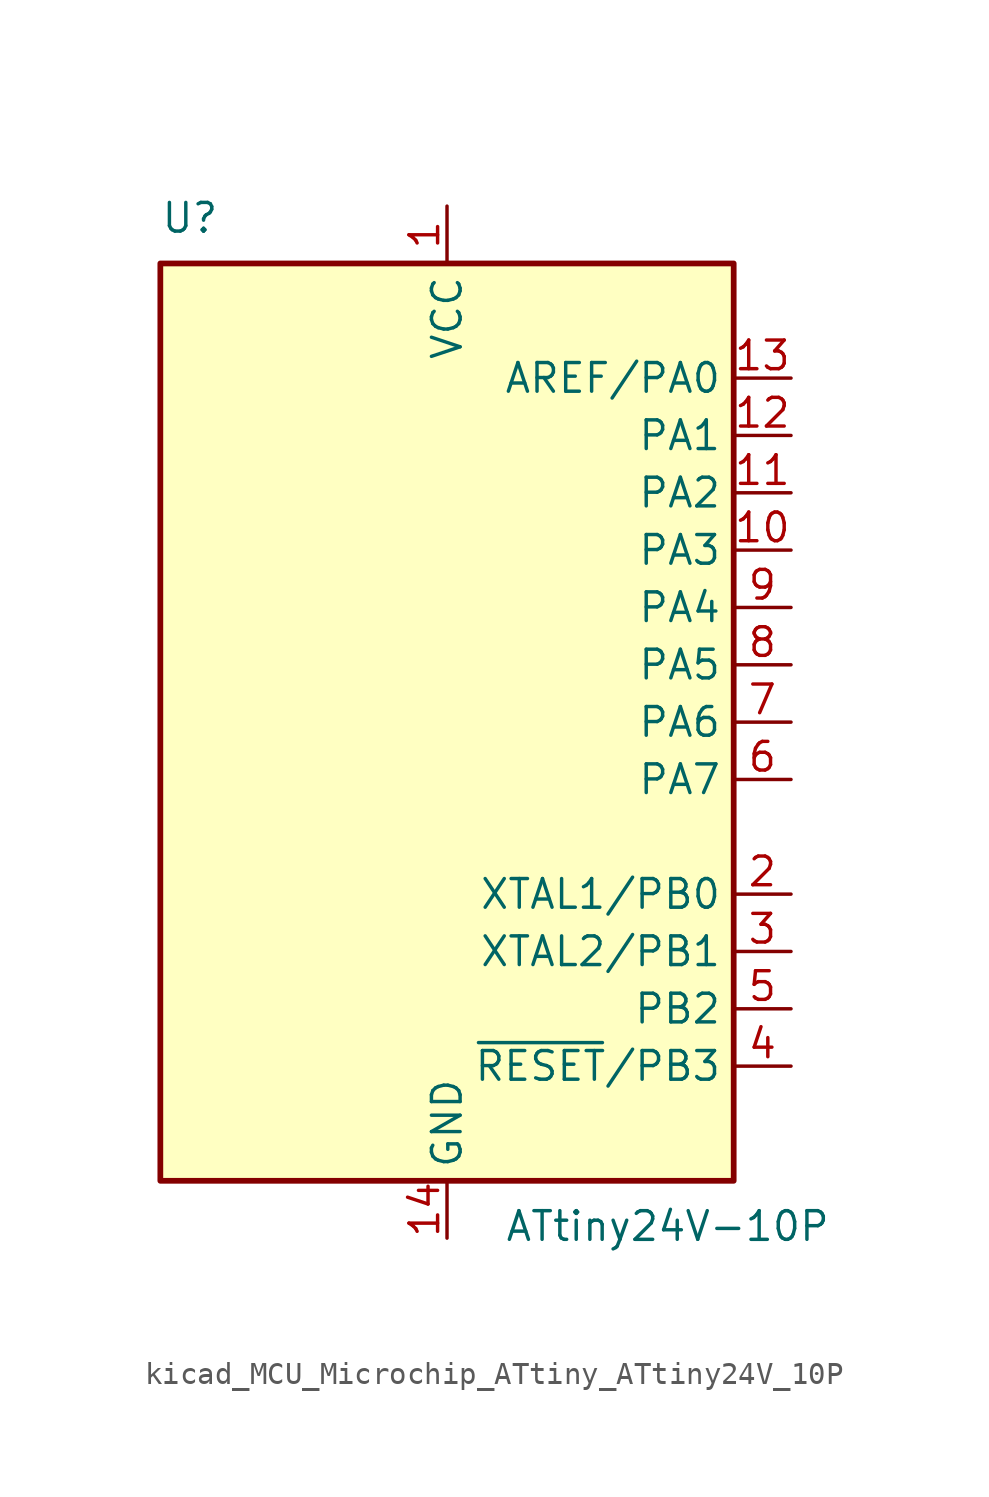
<source format=kicad_sym>
(kicad_symbol_lib
  (version 20220914)
  (generator kicad_symbol_editor)
  (symbol "kicad_MCU_Microchip_ATtiny_ATtiny24V_10P"
    (property "Reference" "U"
      (at -12.7 21.59 0)
      (effects (font (size 1.27 1.27)) (justify left bottom)))
    (property "Value" "ATtiny24V-10P"
      (at 2.54 -21.59 0)
      (effects (font (size 1.27 1.27)) (justify left top)))
    (symbol "kicad_MCU_Microchip_ATtiny_ATtiny24V_10P_0_1"
      (rectangle (start -12.7 -20.32) (end 12.7 20.32) (stroke (width 0.254) (type default)) (fill (type background))))
    (symbol "kicad_MCU_Microchip_ATtiny_ATtiny24V_10P_1_1"
      (pin power_in line (at 0 22.86 270) (length 2.54) (name "VCC" (effects (font (size 1.27 1.27)))) (number "1" (effects (font (size 1.27 1.27)))))
      (pin bidirectional line (at 15.24 7.62 180) (length 2.54) (name "PA3" (effects (font (size 1.27 1.27)))) (number "10" (effects (font (size 1.27 1.27)))))
      (pin bidirectional line (at 15.24 10.16 180) (length 2.54) (name "PA2" (effects (font (size 1.27 1.27)))) (number "11" (effects (font (size 1.27 1.27)))))
      (pin bidirectional line (at 15.24 12.7 180) (length 2.54) (name "PA1" (effects (font (size 1.27 1.27)))) (number "12" (effects (font (size 1.27 1.27)))))
      (pin bidirectional line (at 15.24 15.24 180) (length 2.54) (name "AREF/PA0" (effects (font (size 1.27 1.27)))) (number "13" (effects (font (size 1.27 1.27)))))
      (pin power_in line (at 0 -22.86 90) (length 2.54) (name "GND" (effects (font (size 1.27 1.27)))) (number "14" (effects (font (size 1.27 1.27)))))
      (pin bidirectional line (at 15.24 -7.62 180) (length 2.54) (name "XTAL1/PB0" (effects (font (size 1.27 1.27)))) (number "2" (effects (font (size 1.27 1.27)))))
      (pin bidirectional line (at 15.24 -10.16 180) (length 2.54) (name "XTAL2/PB1" (effects (font (size 1.27 1.27)))) (number "3" (effects (font (size 1.27 1.27)))))
      (pin bidirectional line (at 15.24 -15.24 180) (length 2.54) (name "~{RESET}/PB3" (effects (font (size 1.27 1.27)))) (number "4" (effects (font (size 1.27 1.27)))))
      (pin bidirectional line (at 15.24 -12.7 180) (length 2.54) (name "PB2" (effects (font (size 1.27 1.27)))) (number "5" (effects (font (size 1.27 1.27)))))
      (pin bidirectional line (at 15.24 -2.54 180) (length 2.54) (name "PA7" (effects (font (size 1.27 1.27)))) (number "6" (effects (font (size 1.27 1.27)))))
      (pin bidirectional line (at 15.24 0 180) (length 2.54) (name "PA6" (effects (font (size 1.27 1.27)))) (number "7" (effects (font (size 1.27 1.27)))))
      (pin bidirectional line (at 15.24 2.54 180) (length 2.54) (name "PA5" (effects (font (size 1.27 1.27)))) (number "8" (effects (font (size 1.27 1.27)))))
      (pin bidirectional line (at 15.24 5.08 180) (length 2.54) (name "PA4" (effects (font (size 1.27 1.27)))) (number "9" (effects (font (size 1.27 1.27))))))))
</source>
